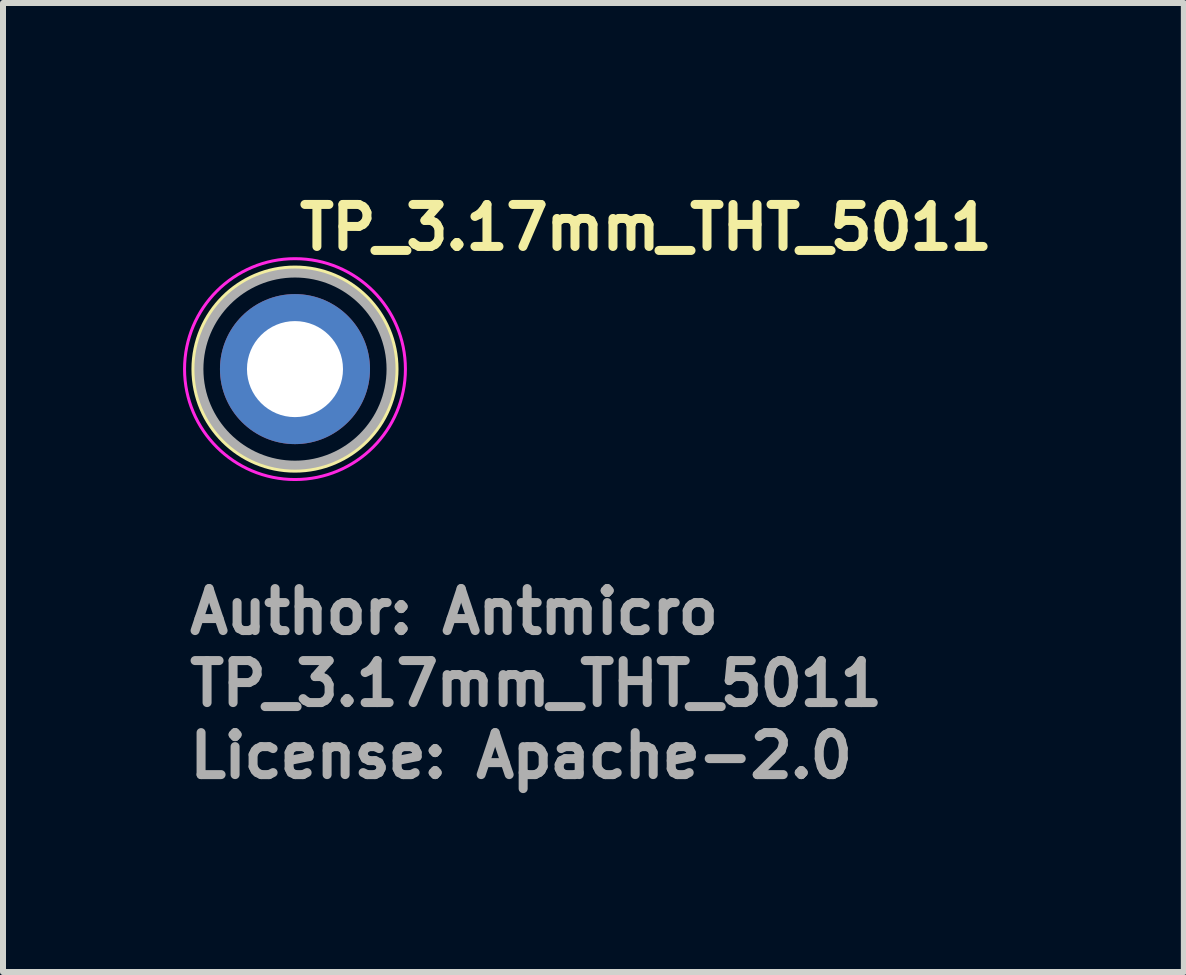
<source format=kicad_pcb>
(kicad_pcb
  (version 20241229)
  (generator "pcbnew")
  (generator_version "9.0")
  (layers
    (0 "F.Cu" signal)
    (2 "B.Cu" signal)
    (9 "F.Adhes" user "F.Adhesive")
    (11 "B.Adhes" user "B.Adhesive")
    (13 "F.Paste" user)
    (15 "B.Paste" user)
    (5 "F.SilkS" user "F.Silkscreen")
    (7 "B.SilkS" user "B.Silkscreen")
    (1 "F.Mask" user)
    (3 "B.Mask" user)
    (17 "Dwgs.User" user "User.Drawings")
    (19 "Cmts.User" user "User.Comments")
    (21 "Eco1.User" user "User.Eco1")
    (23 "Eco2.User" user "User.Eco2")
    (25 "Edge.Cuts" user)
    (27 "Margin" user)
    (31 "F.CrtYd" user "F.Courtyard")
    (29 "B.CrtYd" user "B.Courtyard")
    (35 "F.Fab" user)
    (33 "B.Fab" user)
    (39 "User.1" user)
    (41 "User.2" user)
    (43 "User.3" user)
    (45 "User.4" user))
  (footprint "TP_3.17mm_THT_5011"
    (layer "F.Cu")
    (at 1.865 3.1)
    (property "Reference" "TP_3.17mm_THT_5011" (at 0 -1.95 0) (layer "F.SilkS") (effects (font (size 0.7 0.7) (thickness 0.15)) (justify left bottom)))
    (attr through_hole exclude_from_pos_files)
    (fp_circle (center 0 0) (end 1.65 0) (stroke (width 0.15) (type solid)) (fill no) (layer "F.SilkS"))
    (fp_circle (center 0 0) (end 1.84 0) (stroke (width 0.05) (type solid)) (fill no) (layer "F.CrtYd"))
    (fp_circle (center 0 0) (end 1.6 -0.05) (stroke (width 0.15) (type solid)) (fill no) (layer "F.Fab"))
    (fp_rect (start -1.587 -1.587) (end 1.587 1.587) (stroke (width 0.1) (type solid)) (fill no) (layer "User.5"))
    (fp_line (start -1.587 0) (end -1.584 0.102) (stroke (width 0.02) (type solid)) (layer "User.9"))
    (fp_line (start -1.584 -0.102) (end -1.587 0) (stroke (width 0.02) (type solid)) (layer "User.9"))
    (fp_line (start -1.584 0.102) (end -1.574 0.205) (stroke (width 0.02) (type solid)) (layer "User.9"))
    (fp_line (start -1.574 -0.205) (end -1.584 -0.102) (stroke (width 0.02) (type solid)) (layer "User.9"))
    (fp_line (start -1.574 0.205) (end -1.557 0.306) (stroke (width 0.02) (type solid)) (layer "User.9"))
    (fp_line (start -1.557 -0.306) (end -1.574 -0.205) (stroke (width 0.02) (type solid)) (layer "User.9"))
    (fp_line (start -1.557 0.306) (end -1.534 0.407) (stroke (width 0.02) (type solid)) (layer "User.9"))
    (fp_line (start -1.534 -0.407) (end -1.557 -0.306) (stroke (width 0.02) (type solid)) (layer "User.9"))
    (fp_line (start -1.534 0.407) (end -1.504 0.506) (stroke (width 0.02) (type solid)) (layer "User.9"))
    (fp_line (start -1.504 -0.506) (end -1.534 -0.407) (stroke (width 0.02) (type solid)) (layer "User.9"))
    (fp_line (start -1.504 0.506) (end -1.467 0.604) (stroke (width 0.02) (type solid)) (layer "User.9"))
    (fp_line (start -1.467 -0.604) (end -1.504 -0.506) (stroke (width 0.02) (type solid)) (layer "User.9"))
    (fp_line (start -1.467 0.604) (end -1.424 0.7) (stroke (width 0.02) (type solid)) (layer "User.9"))
    (fp_line (start -1.424 -0.7) (end -1.467 -0.604) (stroke (width 0.02) (type solid)) (layer "User.9"))
    (fp_line (start -1.424 0.7) (end -1.374 0.793) (stroke (width 0.02) (type solid)) (layer "User.9"))
    (fp_line (start -1.374 -0.793) (end -1.424 -0.7) (stroke (width 0.02) (type solid)) (layer "User.9"))
    (fp_line (start -1.374 -0.793) (end -1.374 -0.793) (stroke (width 0.02) (type solid)) (layer "User.9"))
    (fp_line (start -1.374 0.793) (end -1.374 0.793) (stroke (width 0.02) (type solid)) (layer "User.9"))
    (fp_line (start -1.374 0.793) (end -1.347 0.839) (stroke (width 0.02) (type solid)) (layer "User.9"))
    (fp_line (start -1.347 0.839) (end -1.318 0.883) (stroke (width 0.02) (type solid)) (layer "User.9"))
    (fp_line (start -1.318 -0.883) (end -1.374 -0.793) (stroke (width 0.02) (type solid)) (layer "User.9"))
    (fp_line (start -1.318 0.883) (end -1.288 0.926) (stroke (width 0.02) (type solid)) (layer "User.9"))
    (fp_line (start -1.288 0.926) (end -1.257 0.968) (stroke (width 0.02) (type solid)) (layer "User.9"))
    (fp_line (start -1.269 -0.406) (end -1.269 0.406) (stroke (width 0.02) (type solid)) (layer "User.9"))
    (fp_line (start -1.269 -0.406) (end -1.238 -0.406) (stroke (width 0.02) (type solid)) (layer "User.9"))
    (fp_line (start -1.269 0.406) (end -1.238 0.406) (stroke (width 0.02) (type solid)) (layer "User.9"))
    (fp_line (start -1.257 -0.968) (end -1.318 -0.883) (stroke (width 0.02) (type solid)) (layer "User.9"))
    (fp_line (start -1.257 0.968) (end -1.225 1.009) (stroke (width 0.02) (type solid)) (layer "User.9"))
    (fp_line (start -1.238 -0.406) (end -1.238 -0.406) (stroke (width 0.02) (type solid)) (layer "User.9"))
    (fp_line (start -1.238 -0.406) (end -1.144 -0.406) (stroke (width 0.02) (type solid)) (layer "User.9"))
    (fp_line (start -1.238 0.406) (end -1.238 0.406) (stroke (width 0.02) (type solid)) (layer "User.9"))
    (fp_line (start -1.238 0.406) (end -1.144 0.406) (stroke (width 0.02) (type solid)) (layer "User.9"))
    (fp_line (start -1.225 1.009) (end -1.191 1.049) (stroke (width 0.02) (type solid)) (layer "User.9"))
    (fp_line (start -1.191 -1.049) (end -1.257 -0.968) (stroke (width 0.02) (type solid)) (layer "User.9"))
    (fp_line (start -1.191 1.049) (end -1.156 1.087) (stroke (width 0.02) (type solid)) (layer "User.9"))
    (fp_line (start -1.156 1.087) (end -1.12 1.124) (stroke (width 0.02) (type solid)) (layer "User.9"))
    (fp_line (start -1.144 -0.406) (end -1.144 -0.406) (stroke (width 0.02) (type solid)) (layer "User.9"))
    (fp_line (start -1.144 -0.406) (end -0.992 -0.406) (stroke (width 0.02) (type solid)) (layer "User.9"))
    (fp_line (start -1.144 0.406) (end -1.144 0.406) (stroke (width 0.02) (type solid)) (layer "User.9"))
    (fp_line (start -1.144 0.406) (end -0.992 0.406) (stroke (width 0.02) (type solid)) (layer "User.9"))
    (fp_line (start -1.12 -1.124) (end -1.191 -1.049) (stroke (width 0.02) (type solid)) (layer "User.9"))
    (fp_line (start -1.12 1.124) (end -1.082 1.16) (stroke (width 0.02) (type solid)) (layer "User.9"))
    (fp_line (start -1.082 1.16) (end -1.044 1.195) (stroke (width 0.02) (type solid)) (layer "User.9"))
    (fp_line (start -1.044 -1.195) (end -1.12 -1.124) (stroke (width 0.02) (type solid)) (layer "User.9"))
    (fp_line (start -1.044 1.195) (end -1.005 1.228) (stroke (width 0.02) (type solid)) (layer "User.9"))
    (fp_line (start -1.005 1.228) (end -0.964 1.26) (stroke (width 0.02) (type solid)) (layer "User.9"))
    (fp_line (start -0.992 -0.406) (end -0.992 -0.406) (stroke (width 0.02) (type solid)) (layer "User.9"))
    (fp_line (start -0.992 -0.406) (end -0.791 -0.406) (stroke (width 0.02) (type solid)) (layer "User.9"))
    (fp_line (start -0.992 0.406) (end -0.992 0.406) (stroke (width 0.02) (type solid)) (layer "User.9"))
    (fp_line (start -0.992 0.406) (end -0.791 0.406) (stroke (width 0.02) (type solid)) (layer "User.9"))
    (fp_line (start -0.964 -1.26) (end -1.044 -1.195) (stroke (width 0.02) (type solid)) (layer "User.9"))
    (fp_line (start -0.964 1.26) (end -0.923 1.291) (stroke (width 0.02) (type solid)) (layer "User.9"))
    (fp_line (start -0.923 1.291) (end -0.881 1.32) (stroke (width 0.02) (type solid)) (layer "User.9"))
    (fp_line (start -0.881 -1.32) (end -0.964 -1.26) (stroke (width 0.02) (type solid)) (layer "User.9"))
    (fp_line (start -0.881 1.32) (end -0.837 1.348) (stroke (width 0.02) (type solid)) (layer "User.9"))
    (fp_line (start -0.837 1.348) (end -0.793 1.374) (stroke (width 0.02) (type solid)) (layer "User.9"))
    (fp_line (start -0.793 -1.374) (end -0.881 -1.32) (stroke (width 0.02) (type solid)) (layer "User.9"))
    (fp_line (start -0.793 1.374) (end -0.748 1.399) (stroke (width 0.02) (type solid)) (layer "User.9"))
    (fp_line (start -0.791 -0.406) (end -0.791 -0.406) (stroke (width 0.02) (type solid)) (layer "User.9"))
    (fp_line (start -0.791 -0.406) (end -0.551 -0.406) (stroke (width 0.02) (type solid)) (layer "User.9"))
    (fp_line (start -0.791 0.406) (end -0.791 0.406) (stroke (width 0.02) (type solid)) (layer "User.9"))
    (fp_line (start -0.791 0.406) (end -0.551 0.406) (stroke (width 0.02) (type solid)) (layer "User.9"))
    (fp_line (start -0.748 1.399) (end -0.703 1.423) (stroke (width 0.02) (type solid)) (layer "User.9"))
    (fp_line (start -0.703 -1.423) (end -0.793 -1.374) (stroke (width 0.02) (type solid)) (layer "User.9"))
    (fp_line (start -0.703 1.423) (end -0.656 1.445) (stroke (width 0.02) (type solid)) (layer "User.9"))
    (fp_line (start -0.656 1.445) (end -0.609 1.465) (stroke (width 0.02) (type solid)) (layer "User.9"))
    (fp_line (start -0.609 -1.465) (end -0.703 -1.423) (stroke (width 0.02) (type solid)) (layer "User.9"))
    (fp_line (start -0.609 1.465) (end -0.561 1.484) (stroke (width 0.02) (type solid)) (layer "User.9"))
    (fp_line (start -0.561 1.484) (end -0.513 1.502) (stroke (width 0.02) (type solid)) (layer "User.9"))
    (fp_line (start -0.551 -0.406) (end -0.551 -0.406) (stroke (width 0.02) (type solid)) (layer "User.9"))
    (fp_line (start -0.551 -0.406) (end -0.282 -0.406) (stroke (width 0.02) (type solid)) (layer "User.9"))
    (fp_line (start -0.551 0.406) (end -0.551 0.406) (stroke (width 0.02) (type solid)) (layer "User.9"))
    (fp_line (start -0.551 0.406) (end -0.282 0.406) (stroke (width 0.02) (type solid)) (layer "User.9"))
    (fp_line (start -0.513 -1.502) (end -0.609 -1.465) (stroke (width 0.02) (type solid)) (layer "User.9"))
    (fp_line (start -0.513 1.502) (end -0.463 1.518) (stroke (width 0.02) (type solid)) (layer "User.9"))
    (fp_line (start -0.463 1.518) (end -0.414 1.532) (stroke (width 0.02) (type solid)) (layer "User.9"))
    (fp_line (start -0.414 -1.532) (end -0.513 -1.502) (stroke (width 0.02) (type solid)) (layer "User.9"))
    (fp_line (start -0.414 1.532) (end -0.363 1.545) (stroke (width 0.02) (type solid)) (layer "User.9"))
    (fp_line (start -0.363 1.545) (end -0.313 1.556) (stroke (width 0.02) (type solid)) (layer "User.9"))
    (fp_line (start -0.313 -1.556) (end -0.414 -1.532) (stroke (width 0.02) (type solid)) (layer "User.9"))
    (fp_line (start -0.313 1.556) (end -0.261 1.565) (stroke (width 0.02) (type solid)) (layer "User.9"))
    (fp_line (start -0.282 -0.406) (end -0.282 -0.406) (stroke (width 0.02) (type solid)) (layer "User.9"))
    (fp_line (start -0.282 -0.406) (end 0 -0.406) (stroke (width 0.02) (type solid)) (layer "User.9"))
    (fp_line (start -0.282 0.406) (end -0.282 0.406) (stroke (width 0.02) (type solid)) (layer "User.9"))
    (fp_line (start -0.282 0.406) (end 0 0.406) (stroke (width 0.02) (type solid)) (layer "User.9"))
    (fp_line (start -0.261 1.565) (end -0.21 1.573) (stroke (width 0.02) (type solid)) (layer "User.9"))
    (fp_line (start -0.21 -1.573) (end -0.313 -1.556) (stroke (width 0.02) (type solid)) (layer "User.9"))
    (fp_line (start -0.21 1.573) (end -0.158 1.579) (stroke (width 0.02) (type solid)) (layer "User.9"))
    (fp_line (start -0.158 1.579) (end -0.105 1.583) (stroke (width 0.02) (type solid)) (layer "User.9"))
    (fp_line (start -0.105 -1.583) (end -0.21 -1.573) (stroke (width 0.02) (type solid)) (layer "User.9"))
    (fp_line (start -0.105 1.583) (end -0.053 1.586) (stroke (width 0.02) (type solid)) (layer "User.9"))
    (fp_line (start -0.053 1.586) (end 0 1.587) (stroke (width 0.02) (type solid)) (layer "User.9"))
    (fp_line (start 0 -1.587) (end -0.105 -1.583) (stroke (width 0.02) (type solid)) (layer "User.9"))
    (fp_line (start 0 -0.406) (end 0 -0.406) (stroke (width 0.02) (type solid)) (layer "User.9"))
    (fp_line (start 0 -0.406) (end 0.282 -0.406) (stroke (width 0.02) (type solid)) (layer "User.9"))
    (fp_line (start 0 0.406) (end 0 0.406) (stroke (width 0.02) (type solid)) (layer "User.9"))
    (fp_line (start 0 0.406) (end 0.282 0.406) (stroke (width 0.02) (type solid)) (layer "User.9"))
    (fp_line (start 0 1.587) (end 0.105 1.583) (stroke (width 0.02) (type solid)) (layer "User.9"))
    (fp_line (start 0.053 -1.586) (end 0 -1.587) (stroke (width 0.02) (type solid)) (layer "User.9"))
    (fp_line (start 0.105 -1.583) (end 0.053 -1.586) (stroke (width 0.02) (type solid)) (layer "User.9"))
    (fp_line (start 0.105 1.583) (end 0.21 1.573) (stroke (width 0.02) (type solid)) (layer "User.9"))
    (fp_line (start 0.158 -1.579) (end 0.105 -1.583) (stroke (width 0.02) (type solid)) (layer "User.9"))
    (fp_line (start 0.21 -1.573) (end 0.158 -1.579) (stroke (width 0.02) (type solid)) (layer "User.9"))
    (fp_line (start 0.21 1.573) (end 0.313 1.556) (stroke (width 0.02) (type solid)) (layer "User.9"))
    (fp_line (start 0.261 -1.565) (end 0.21 -1.573) (stroke (width 0.02) (type solid)) (layer "User.9"))
    (fp_line (start 0.282 -0.406) (end 0.282 -0.406) (stroke (width 0.02) (type solid)) (layer "User.9"))
    (fp_line (start 0.282 -0.406) (end 0.551 -0.406) (stroke (width 0.02) (type solid)) (layer "User.9"))
    (fp_line (start 0.282 0.406) (end 0.282 0.406) (stroke (width 0.02) (type solid)) (layer "User.9"))
    (fp_line (start 0.282 0.406) (end 0.551 0.406) (stroke (width 0.02) (type solid)) (layer "User.9"))
    (fp_line (start 0.313 -1.556) (end 0.261 -1.565) (stroke (width 0.02) (type solid)) (layer "User.9"))
    (fp_line (start 0.313 1.556) (end 0.414 1.532) (stroke (width 0.02) (type solid)) (layer "User.9"))
    (fp_line (start 0.363 -1.545) (end 0.313 -1.556) (stroke (width 0.02) (type solid)) (layer "User.9"))
    (fp_line (start 0.414 -1.532) (end 0.363 -1.545) (stroke (width 0.02) (type solid)) (layer "User.9"))
    (fp_line (start 0.414 1.532) (end 0.513 1.502) (stroke (width 0.02) (type solid)) (layer "User.9"))
    (fp_line (start 0.463 -1.518) (end 0.414 -1.532) (stroke (width 0.02) (type solid)) (layer "User.9"))
    (fp_line (start 0.513 -1.502) (end 0.463 -1.518) (stroke (width 0.02) (type solid)) (layer "User.9"))
    (fp_line (start 0.513 1.502) (end 0.609 1.465) (stroke (width 0.02) (type solid)) (layer "User.9"))
    (fp_line (start 0.551 -0.406) (end 0.551 -0.406) (stroke (width 0.02) (type solid)) (layer "User.9"))
    (fp_line (start 0.551 -0.406) (end 0.791 -0.406) (stroke (width 0.02) (type solid)) (layer "User.9"))
    (fp_line (start 0.551 0.406) (end 0.551 0.406) (stroke (width 0.02) (type solid)) (layer "User.9"))
    (fp_line (start 0.551 0.406) (end 0.791 0.406) (stroke (width 0.02) (type solid)) (layer "User.9"))
    (fp_line (start 0.561 -1.484) (end 0.513 -1.502) (stroke (width 0.02) (type solid)) (layer "User.9"))
    (fp_line (start 0.609 -1.465) (end 0.561 -1.484) (stroke (width 0.02) (type solid)) (layer "User.9"))
    (fp_line (start 0.609 1.465) (end 0.703 1.423) (stroke (width 0.02) (type solid)) (layer "User.9"))
    (fp_line (start 0.656 -1.445) (end 0.609 -1.465) (stroke (width 0.02) (type solid)) (layer "User.9"))
    (fp_line (start 0.703 -1.423) (end 0.656 -1.445) (stroke (width 0.02) (type solid)) (layer "User.9"))
    (fp_line (start 0.703 1.423) (end 0.793 1.374) (stroke (width 0.02) (type solid)) (layer "User.9"))
    (fp_line (start 0.748 -1.399) (end 0.703 -1.423) (stroke (width 0.02) (type solid)) (layer "User.9"))
    (fp_line (start 0.791 -0.406) (end 0.791 -0.406) (stroke (width 0.02) (type solid)) (layer "User.9"))
    (fp_line (start 0.791 -0.406) (end 0.992 -0.406) (stroke (width 0.02) (type solid)) (layer "User.9"))
    (fp_line (start 0.791 0.406) (end 0.791 0.406) (stroke (width 0.02) (type solid)) (layer "User.9"))
    (fp_line (start 0.791 0.406) (end 0.992 0.406) (stroke (width 0.02) (type solid)) (layer "User.9"))
    (fp_line (start 0.793 -1.374) (end 0.748 -1.399) (stroke (width 0.02) (type solid)) (layer "User.9"))
    (fp_line (start 0.793 1.374) (end 0.881 1.32) (stroke (width 0.02) (type solid)) (layer "User.9"))
    (fp_line (start 0.837 -1.348) (end 0.793 -1.374) (stroke (width 0.02) (type solid)) (layer "User.9"))
    (fp_line (start 0.881 -1.32) (end 0.837 -1.348) (stroke (width 0.02) (type solid)) (layer "User.9"))
    (fp_line (start 0.881 1.32) (end 0.964 1.26) (stroke (width 0.02) (type solid)) (layer "User.9"))
    (fp_line (start 0.923 -1.291) (end 0.881 -1.32) (stroke (width 0.02) (type solid)) (layer "User.9"))
    (fp_line (start 0.964 -1.26) (end 0.923 -1.291) (stroke (width 0.02) (type solid)) (layer "User.9"))
    (fp_line (start 0.964 1.26) (end 1.044 1.195) (stroke (width 0.02) (type solid)) (layer "User.9"))
    (fp_line (start 0.992 -0.406) (end 0.992 -0.406) (stroke (width 0.02) (type solid)) (layer "User.9"))
    (fp_line (start 0.992 -0.406) (end 1.144 -0.406) (stroke (width 0.02) (type solid)) (layer "User.9"))
    (fp_line (start 0.992 0.406) (end 0.992 0.406) (stroke (width 0.02) (type solid)) (layer "User.9"))
    (fp_line (start 0.992 0.406) (end 1.144 0.406) (stroke (width 0.02) (type solid)) (layer "User.9"))
    (fp_line (start 1.005 -1.228) (end 0.964 -1.26) (stroke (width 0.02) (type solid)) (layer "User.9"))
    (fp_line (start 1.044 -1.195) (end 1.005 -1.228) (stroke (width 0.02) (type solid)) (layer "User.9"))
    (fp_line (start 1.044 1.195) (end 1.12 1.124) (stroke (width 0.02) (type solid)) (layer "User.9"))
    (fp_line (start 1.082 -1.16) (end 1.044 -1.195) (stroke (width 0.02) (type solid)) (layer "User.9"))
    (fp_line (start 1.12 -1.124) (end 1.082 -1.16) (stroke (width 0.02) (type solid)) (layer "User.9"))
    (fp_line (start 1.12 1.124) (end 1.191 1.049) (stroke (width 0.02) (type solid)) (layer "User.9"))
    (fp_line (start 1.144 -0.406) (end 1.144 -0.406) (stroke (width 0.02) (type solid)) (layer "User.9"))
    (fp_line (start 1.144 -0.406) (end 1.238 -0.406) (stroke (width 0.02) (type solid)) (layer "User.9"))
    (fp_line (start 1.144 0.406) (end 1.144 0.406) (stroke (width 0.02) (type solid)) (layer "User.9"))
    (fp_line (start 1.144 0.406) (end 1.238 0.406) (stroke (width 0.02) (type solid)) (layer "User.9"))
    (fp_line (start 1.156 -1.087) (end 1.12 -1.124) (stroke (width 0.02) (type solid)) (layer "User.9"))
    (fp_line (start 1.191 -1.049) (end 1.156 -1.087) (stroke (width 0.02) (type solid)) (layer "User.9"))
    (fp_line (start 1.191 1.049) (end 1.257 0.968) (stroke (width 0.02) (type solid)) (layer "User.9"))
    (fp_line (start 1.225 -1.009) (end 1.191 -1.049) (stroke (width 0.02) (type solid)) (layer "User.9"))
    (fp_line (start 1.238 -0.406) (end 1.238 -0.406) (stroke (width 0.02) (type solid)) (layer "User.9"))
    (fp_line (start 1.238 -0.406) (end 1.269 -0.406) (stroke (width 0.02) (type solid)) (layer "User.9"))
    (fp_line (start 1.238 0.406) (end 1.238 0.406) (stroke (width 0.02) (type solid)) (layer "User.9"))
    (fp_line (start 1.238 0.406) (end 1.269 0.406) (stroke (width 0.02) (type solid)) (layer "User.9"))
    (fp_line (start 1.257 -0.968) (end 1.225 -1.009) (stroke (width 0.02) (type solid)) (layer "User.9"))
    (fp_line (start 1.257 0.968) (end 1.318 0.883) (stroke (width 0.02) (type solid)) (layer "User.9"))
    (fp_line (start 1.269 -0.406) (end 1.269 0.406) (stroke (width 0.02) (type solid)) (layer "User.9"))
    (fp_line (start 1.288 -0.926) (end 1.257 -0.968) (stroke (width 0.02) (type solid)) (layer "User.9"))
    (fp_line (start 1.318 -0.883) (end 1.288 -0.926) (stroke (width 0.02) (type solid)) (layer "User.9"))
    (fp_line (start 1.318 0.883) (end 1.374 0.793) (stroke (width 0.02) (type solid)) (layer "User.9"))
    (fp_line (start 1.347 -0.839) (end 1.318 -0.883) (stroke (width 0.02) (type solid)) (layer "User.9"))
    (fp_line (start 1.374 -0.793) (end 1.347 -0.839) (stroke (width 0.02) (type solid)) (layer "User.9"))
    (fp_line (start 1.374 -0.793) (end 1.374 -0.793) (stroke (width 0.02) (type solid)) (layer "User.9"))
    (fp_line (start 1.374 0.793) (end 1.374 0.793) (stroke (width 0.02) (type solid)) (layer "User.9"))
    (fp_line (start 1.374 0.793) (end 1.424 0.7) (stroke (width 0.02) (type solid)) (layer "User.9"))
    (fp_line (start 1.424 -0.7) (end 1.374 -0.793) (stroke (width 0.02) (type solid)) (layer "User.9"))
    (fp_line (start 1.424 0.7) (end 1.467 0.604) (stroke (width 0.02) (type solid)) (layer "User.9"))
    (fp_line (start 1.467 -0.604) (end 1.424 -0.7) (stroke (width 0.02) (type solid)) (layer "User.9"))
    (fp_line (start 1.467 0.604) (end 1.504 0.506) (stroke (width 0.02) (type solid)) (layer "User.9"))
    (fp_line (start 1.504 -0.506) (end 1.467 -0.604) (stroke (width 0.02) (type solid)) (layer "User.9"))
    (fp_line (start 1.504 0.506) (end 1.534 0.407) (stroke (width 0.02) (type solid)) (layer "User.9"))
    (fp_line (start 1.534 -0.407) (end 1.504 -0.506) (stroke (width 0.02) (type solid)) (layer "User.9"))
    (fp_line (start 1.534 0.407) (end 1.557 0.306) (stroke (width 0.02) (type solid)) (layer "User.9"))
    (fp_line (start 1.557 -0.306) (end 1.534 -0.407) (stroke (width 0.02) (type solid)) (layer "User.9"))
    (fp_line (start 1.557 0.306) (end 1.574 0.205) (stroke (width 0.02) (type solid)) (layer "User.9"))
    (fp_line (start 1.574 -0.205) (end 1.557 -0.306) (stroke (width 0.02) (type solid)) (layer "User.9"))
    (fp_line (start 1.574 0.205) (end 1.584 0.102) (stroke (width 0.02) (type solid)) (layer "User.9"))
    (fp_line (start 1.584 -0.102) (end 1.574 -0.205) (stroke (width 0.02) (type solid)) (layer "User.9"))
    (fp_line (start 1.584 0.102) (end 1.587 0) (stroke (width 0.02) (type solid)) (layer "User.9"))
    (fp_line (start 1.587 0) (end 1.584 -0.102) (stroke (width 0.02) (type solid)) (layer "User.9"))
    (fp_text user "Author: Antmicro" (at -1.83 4.45 0) (layer "F.Fab") (effects (font (size 0.7 0.7) (thickness 0.15)) (justify left bottom)))
    (fp_text user "License: Apache-2.0" (at -1.83 6.85 0) (layer "F.Fab") (effects (font (size 0.7 0.7) (thickness 0.15)) (justify left bottom)))
    (fp_text user "${REFERENCE}" (at -1.83 5.65 0) (layer "F.Fab") (effects (font (size 0.7 0.7) (thickness 0.15)) (justify left bottom)))
    (pad "1" thru_hole circle (at 0 0) (size 2.5 2.5) (drill 1.6) (layers "*.Cu" "*.Mask")))
  (gr_rect
    (start -3 -3)
    (end 16.675 13.146)
    (stroke (width 0.1) (type default))
    (fill no)
    (layer "Edge.Cuts")))
</source>
